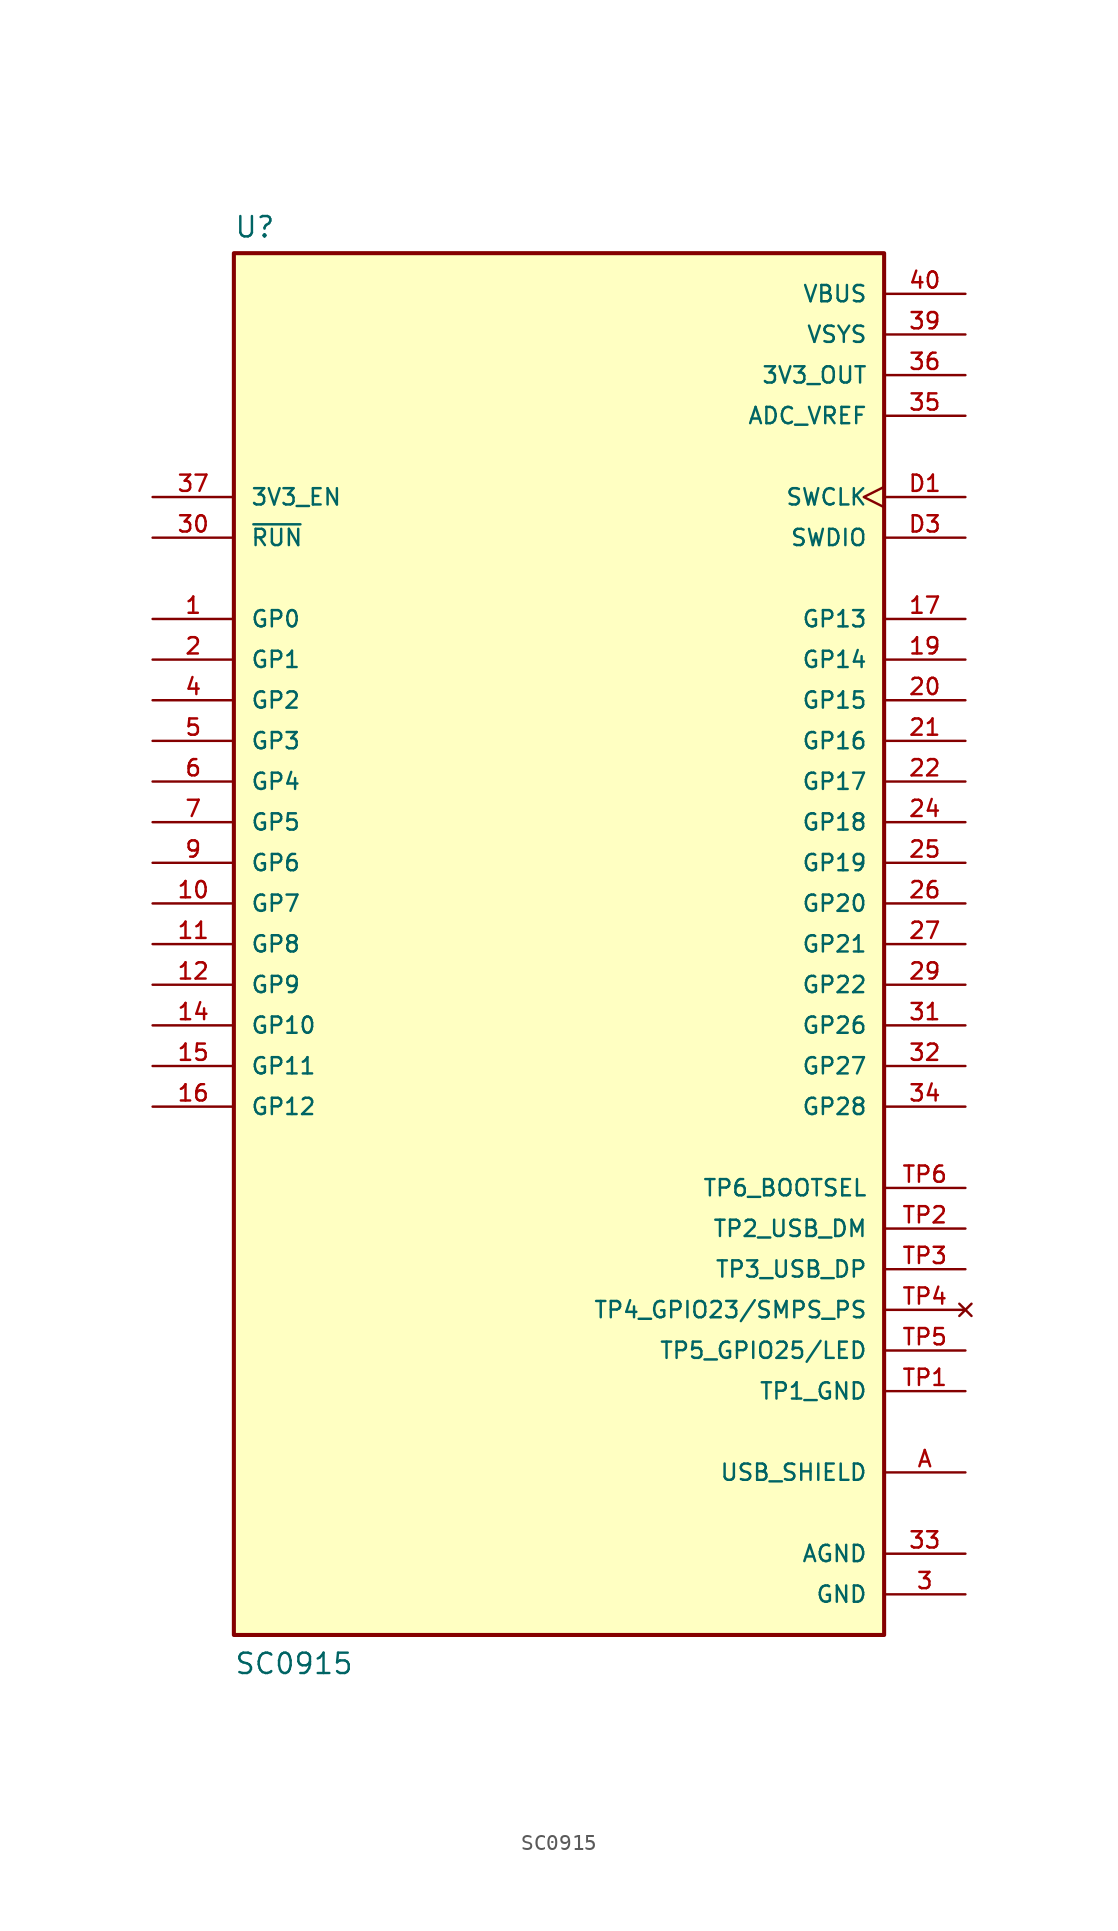
<source format=kicad_sym>
(kicad_symbol_lib
  (version 20211014)
  (generator kicad_symbol_editor)
  (symbol "SC0915"
    (pin_names
      (offset 1.016))
    (property "Reference" "U"
      (at -20.32 44.069 0)
      (effects (font (size 1.27 1.27)) (justify bottom left)))
    (property "Value" "SC0915"
      (at -20.32 -45.72 0)
      (effects (font (size 1.27 1.27)) (justify bottom left)))
    (symbol "SC0915_0_0"
      (rectangle (start -20.32 -43.18) (end 20.32 43.18) (stroke (width 0.254)) (fill (type background)))
      (pin bidirectional line (at -25.4 20.32 0) (length 5.08) (name "GP0" (effects (font (size 1.016 1.016)))) (number "1" (effects (font (size 1.016 1.016)))))
      (pin bidirectional line (at -25.4 17.78 0) (length 5.08) (name "GP1" (effects (font (size 1.016 1.016)))) (number "2" (effects (font (size 1.016 1.016)))))
      (pin power_in line (at 25.4 -40.64 180.0) (length 5.08) (name "GND" (effects (font (size 1.016 1.016)))) (number "3" (effects (font (size 1.016 1.016)))))
      (pin power_in line (at 25.4 -40.64 180.0) (length 5.08) hide (name "GND" (effects (font (size 1.016 1.016)))) (number "8" (effects (font (size 1.016 1.016)))))
      (pin power_in line (at 25.4 -40.64 180.0) (length 5.08) hide (name "GND" (effects (font (size 1.016 1.016)))) (number "13" (effects (font (size 1.016 1.016)))))
      (pin power_in line (at 25.4 -40.64 180.0) (length 5.08) hide (name "GND" (effects (font (size 1.016 1.016)))) (number "18" (effects (font (size 1.016 1.016)))))
      (pin power_in line (at 25.4 -40.64 180.0) (length 5.08) hide (name "GND" (effects (font (size 1.016 1.016)))) (number "23" (effects (font (size 1.016 1.016)))))
      (pin power_in line (at 25.4 -40.64 180.0) (length 5.08) hide (name "GND" (effects (font (size 1.016 1.016)))) (number "28" (effects (font (size 1.016 1.016)))))
      (pin power_in line (at 25.4 -40.64 180.0) (length 5.08) hide (name "GND" (effects (font (size 1.016 1.016)))) (number "38" (effects (font (size 1.016 1.016)))))
      (pin power_in line (at 25.4 -40.64 180.0) (length 5.08) hide (name "GND" (effects (font (size 1.016 1.016)))) (number "D2" (effects (font (size 1.016 1.016)))))
      (pin bidirectional line (at -25.4 15.24 0) (length 5.08) (name "GP2" (effects (font (size 1.016 1.016)))) (number "4" (effects (font (size 1.016 1.016)))))
      (pin bidirectional line (at -25.4 12.7 0) (length 5.08) (name "GP3" (effects (font (size 1.016 1.016)))) (number "5" (effects (font (size 1.016 1.016)))))
      (pin bidirectional line (at -25.4 10.16 0) (length 5.08) (name "GP4" (effects (font (size 1.016 1.016)))) (number "6" (effects (font (size 1.016 1.016)))))
      (pin bidirectional line (at -25.4 7.62 0) (length 5.08) (name "GP5" (effects (font (size 1.016 1.016)))) (number "7" (effects (font (size 1.016 1.016)))))
      (pin bidirectional line (at -25.4 5.08 0) (length 5.08) (name "GP6" (effects (font (size 1.016 1.016)))) (number "9" (effects (font (size 1.016 1.016)))))
      (pin bidirectional line (at -25.4 2.54 0) (length 5.08) (name "GP7" (effects (font (size 1.016 1.016)))) (number "10" (effects (font (size 1.016 1.016)))))
      (pin bidirectional line (at -25.4 -2.54 0) (length 5.08) (name "GP9" (effects (font (size 1.016 1.016)))) (number "12" (effects (font (size 1.016 1.016)))))
      (pin bidirectional line (at -25.4 0.0 0) (length 5.08) (name "GP8" (effects (font (size 1.016 1.016)))) (number "11" (effects (font (size 1.016 1.016)))))
      (pin bidirectional line (at -25.4 -5.08 0) (length 5.08) (name "GP10" (effects (font (size 1.016 1.016)))) (number "14" (effects (font (size 1.016 1.016)))))
      (pin bidirectional line (at -25.4 -7.62 0) (length 5.08) (name "GP11" (effects (font (size 1.016 1.016)))) (number "15" (effects (font (size 1.016 1.016)))))
      (pin bidirectional line (at -25.4 -10.16 0) (length 5.08) (name "GP12" (effects (font (size 1.016 1.016)))) (number "16" (effects (font (size 1.016 1.016)))))
      (pin bidirectional line (at 25.4 20.32 180.0) (length 5.08) (name "GP13" (effects (font (size 1.016 1.016)))) (number "17" (effects (font (size 1.016 1.016)))))
      (pin bidirectional line (at 25.4 17.78 180.0) (length 5.08) (name "GP14" (effects (font (size 1.016 1.016)))) (number "19" (effects (font (size 1.016 1.016)))))
      (pin bidirectional line (at 25.4 15.24 180.0) (length 5.08) (name "GP15" (effects (font (size 1.016 1.016)))) (number "20" (effects (font (size 1.016 1.016)))))
      (pin bidirectional line (at 25.4 12.7 180.0) (length 5.08) (name "GP16" (effects (font (size 1.016 1.016)))) (number "21" (effects (font (size 1.016 1.016)))))
      (pin bidirectional line (at 25.4 10.16 180.0) (length 5.08) (name "GP17" (effects (font (size 1.016 1.016)))) (number "22" (effects (font (size 1.016 1.016)))))
      (pin bidirectional line (at 25.4 7.62 180.0) (length 5.08) (name "GP18" (effects (font (size 1.016 1.016)))) (number "24" (effects (font (size 1.016 1.016)))))
      (pin bidirectional line (at 25.4 5.08 180.0) (length 5.08) (name "GP19" (effects (font (size 1.016 1.016)))) (number "25" (effects (font (size 1.016 1.016)))))
      (pin bidirectional line (at 25.4 2.54 180.0) (length 5.08) (name "GP20" (effects (font (size 1.016 1.016)))) (number "26" (effects (font (size 1.016 1.016)))))
      (pin bidirectional line (at 25.4 0.0 180.0) (length 5.08) (name "GP21" (effects (font (size 1.016 1.016)))) (number "27" (effects (font (size 1.016 1.016)))))
      (pin bidirectional line (at 25.4 -2.54 180.0) (length 5.08) (name "GP22" (effects (font (size 1.016 1.016)))) (number "29" (effects (font (size 1.016 1.016)))))
      (pin input line (at -25.4 25.4 0) (length 5.08) (name "~{RUN}" (effects (font (size 1.016 1.016)))) (number "30" (effects (font (size 1.016 1.016)))))
      (pin bidirectional line (at 25.4 -5.08 180.0) (length 5.08) (name "GP26" (effects (font (size 1.016 1.016)))) (number "31" (effects (font (size 1.016 1.016)))))
      (pin bidirectional line (at 25.4 -7.62 180.0) (length 5.08) (name "GP27" (effects (font (size 1.016 1.016)))) (number "32" (effects (font (size 1.016 1.016)))))
      (pin power_in line (at 25.4 -38.1 180.0) (length 5.08) (name "AGND" (effects (font (size 1.016 1.016)))) (number "33" (effects (font (size 1.016 1.016)))))
      (pin bidirectional line (at 25.4 -10.16 180.0) (length 5.08) (name "GP28" (effects (font (size 1.016 1.016)))) (number "34" (effects (font (size 1.016 1.016)))))
      (pin power_in line (at 25.4 33.02 180.0) (length 5.08) (name "ADC_VREF" (effects (font (size 1.016 1.016)))) (number "35" (effects (font (size 1.016 1.016)))))
      (pin power_in line (at 25.4 35.56 180.0) (length 5.08) (name "3V3_OUT" (effects (font (size 1.016 1.016)))) (number "36" (effects (font (size 1.016 1.016)))))
      (pin input line (at -25.4 27.94 0) (length 5.08) (name "3V3_EN" (effects (font (size 1.016 1.016)))) (number "37" (effects (font (size 1.016 1.016)))))
      (pin power_in line (at 25.4 38.1 180.0) (length 5.08) (name "VSYS" (effects (font (size 1.016 1.016)))) (number "39" (effects (font (size 1.016 1.016)))))
      (pin power_in line (at 25.4 40.64 180.0) (length 5.08) (name "VBUS" (effects (font (size 1.016 1.016)))) (number "40" (effects (font (size 1.016 1.016)))))
      (pin input clock (at 25.4 27.94 180.0) (length 5.08) (name "SWCLK" (effects (font (size 1.016 1.016)))) (number "D1" (effects (font (size 1.016 1.016)))))
      (pin bidirectional line (at 25.4 25.4 180.0) (length 5.08) (name "SWDIO" (effects (font (size 1.016 1.016)))) (number "D3" (effects (font (size 1.016 1.016)))))
      (pin power_in line (at 25.4 -27.94 180.0) (length 5.08) (name "TP1_GND" (effects (font (size 1.016 1.016)))) (number "TP1" (effects (font (size 1.016 1.016)))))
      (pin bidirectional line (at 25.4 -17.78 180.0) (length 5.08) (name "TP2_USB_DM" (effects (font (size 1.016 1.016)))) (number "TP2" (effects (font (size 1.016 1.016)))))
      (pin bidirectional line (at 25.4 -20.32 180.0) (length 5.08) (name "TP3_USB_DP" (effects (font (size 1.016 1.016)))) (number "TP3" (effects (font (size 1.016 1.016)))))
      (pin no_connect line (at 25.4 -22.86 180.0) (length 5.08) (name "TP4_GPIO23/SMPS_PS" (effects (font (size 1.016 1.016)))) (number "TP4" (effects (font (size 1.016 1.016)))))
      (pin output line (at 25.4 -25.4 180.0) (length 5.08) (name "TP5_GPIO25/LED" (effects (font (size 1.016 1.016)))) (number "TP5" (effects (font (size 1.016 1.016)))))
      (pin input line (at 25.4 -15.24 180.0) (length 5.08) (name "TP6_BOOTSEL" (effects (font (size 1.016 1.016)))) (number "TP6" (effects (font (size 1.016 1.016)))))
      (pin power_in line (at 25.4 -33.02 180.0) (length 5.08) (name "USB_SHIELD" (effects (font (size 1.016 1.016)))) (number "A" (effects (font (size 1.016 1.016)))))
      (pin power_in line (at 25.4 -33.02 180.0) (length 5.08) hide (name "USB_SHIELD" (effects (font (size 1.016 1.016)))) (number "B" (effects (font (size 1.016 1.016)))))
      (pin power_in line (at 25.4 -33.02 180.0) (length 5.08) hide (name "USB_SHIELD" (effects (font (size 1.016 1.016)))) (number "C" (effects (font (size 1.016 1.016)))))
      (pin power_in line (at 25.4 -33.02 180.0) (length 5.08) hide (name "USB_SHIELD" (effects (font (size 1.016 1.016)))) (number "D" (effects (font (size 1.016 1.016))))))))
</source>
